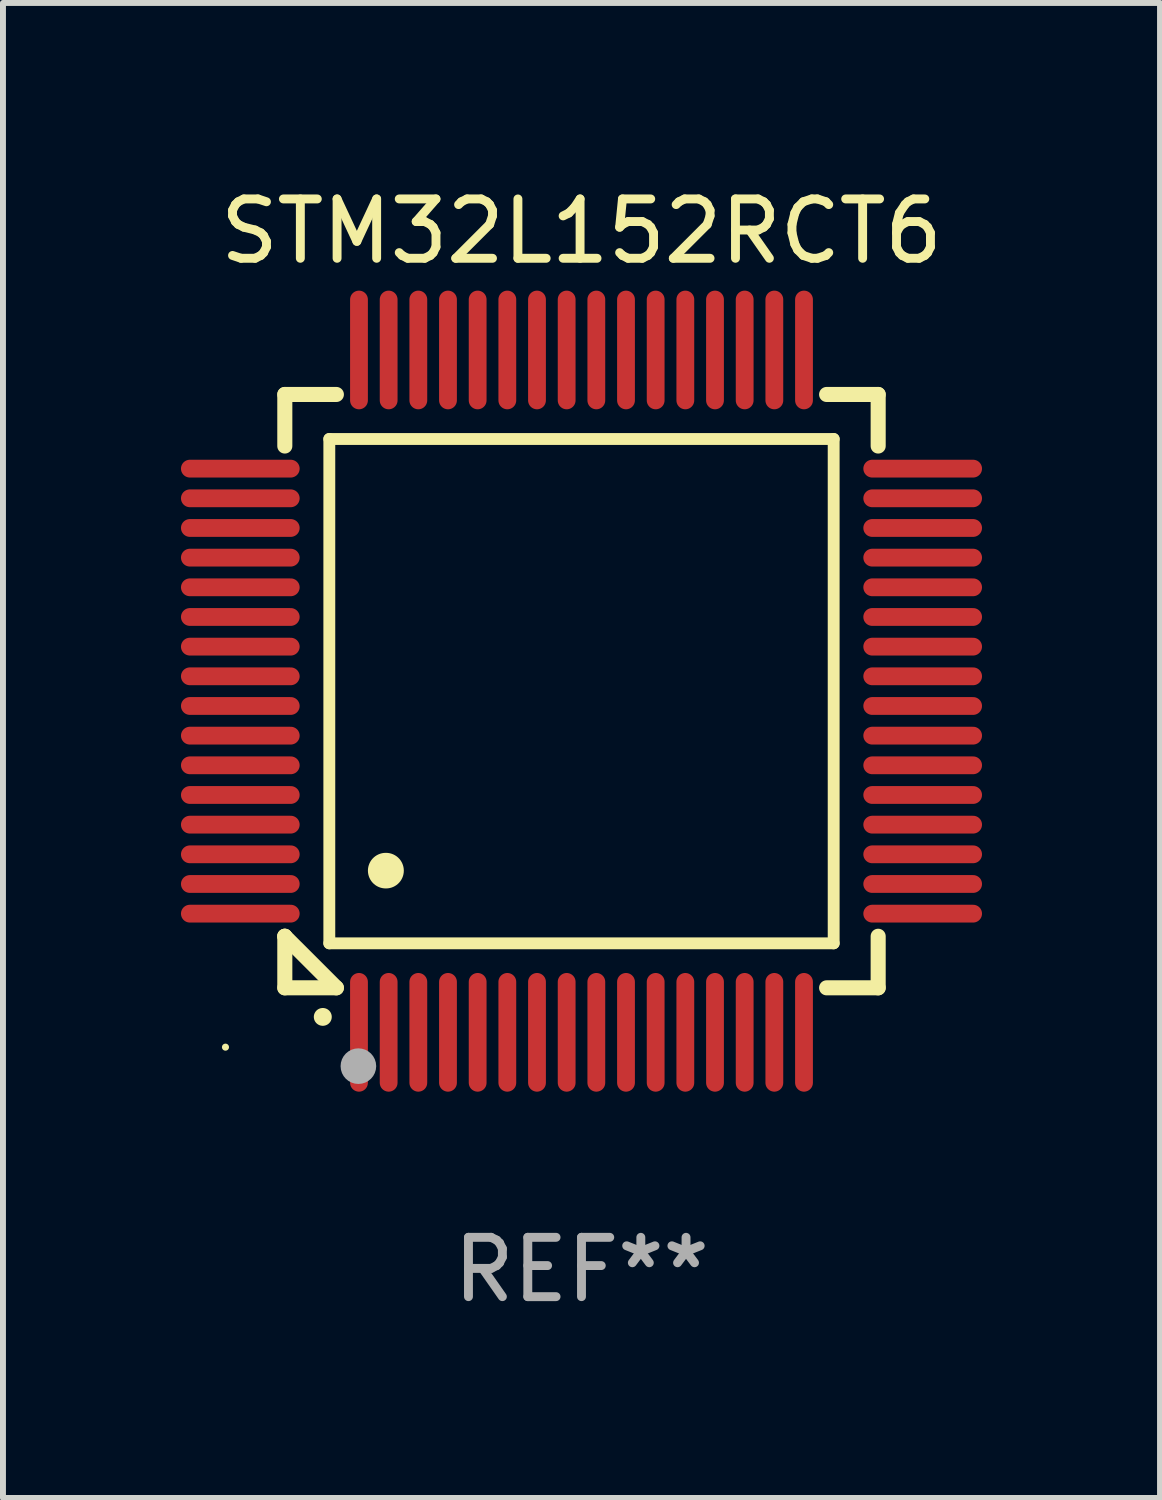
<source format=kicad_pcb>
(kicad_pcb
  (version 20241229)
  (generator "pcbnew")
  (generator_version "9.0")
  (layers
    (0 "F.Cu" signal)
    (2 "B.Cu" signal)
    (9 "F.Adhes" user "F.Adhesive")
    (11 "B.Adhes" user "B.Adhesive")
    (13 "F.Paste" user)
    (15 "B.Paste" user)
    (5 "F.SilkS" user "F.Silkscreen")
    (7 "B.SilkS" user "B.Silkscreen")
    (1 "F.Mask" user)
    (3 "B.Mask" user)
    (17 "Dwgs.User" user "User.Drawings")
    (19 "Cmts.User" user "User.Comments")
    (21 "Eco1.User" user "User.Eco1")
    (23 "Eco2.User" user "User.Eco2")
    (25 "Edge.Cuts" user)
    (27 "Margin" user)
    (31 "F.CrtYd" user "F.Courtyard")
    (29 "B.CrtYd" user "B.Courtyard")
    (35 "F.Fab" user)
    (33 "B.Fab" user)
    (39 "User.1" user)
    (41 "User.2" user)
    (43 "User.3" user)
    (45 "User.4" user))
  (footprint "STM32L152RCT6"
    (layer "F.Cu")
    (at 6.75 8.598)
    (property "Reference" "STM32L152RCT6" (at 0 -7.75 0) (layer "F.SilkS") (effects (font (size 1 1) (thickness 0.15))))
    (attr through_hole)
    (fp_line (start -5 -5) (end -4.131 -5) (stroke (width 0.254) (type solid)) (layer "F.SilkS"))
    (fp_line (start -5 -4.131) (end -5 -5) (stroke (width 0.254) (type solid)) (layer "F.SilkS"))
    (fp_line (start -5 4.131) (end -5 4.131) (stroke (width 0.254) (type solid)) (layer "F.SilkS"))
    (fp_line (start -5 5) (end -5 4.131) (stroke (width 0.254) (type solid)) (layer "F.SilkS"))
    (fp_line (start -5 4.131) (end -4.131 5) (stroke (width 0.254) (type solid)) (layer "F.SilkS"))
    (fp_line (start -4.25 -4.25) (end -4.25 4.25) (stroke (width 0.2) (type solid)) (layer "F.SilkS"))
    (fp_line (start -4.25 4.25) (end 4.25 4.25) (stroke (width 0.2) (type solid)) (layer "F.SilkS"))
    (fp_line (start -4.131 5) (end -5 5) (stroke (width 0.254) (type solid)) (layer "F.SilkS"))
    (fp_line (start 4.25 -4.25) (end -4.25 -4.25) (stroke (width 0.2) (type solid)) (layer "F.SilkS"))
    (fp_line (start 4.25 4.25) (end 4.25 -4.25) (stroke (width 0.2) (type solid)) (layer "F.SilkS"))
    (fp_line (start 5 -5) (end 4.131 -5) (stroke (width 0.254) (type solid)) (layer "F.SilkS"))
    (fp_line (start 5 -5) (end 5 -4.131) (stroke (width 0.254) (type solid)) (layer "F.SilkS"))
    (fp_line (start 5 4.131) (end 5 5) (stroke (width 0.254) (type solid)) (layer "F.SilkS"))
    (fp_line (start 5 5) (end 4.131 5) (stroke (width 0.254) (type solid)) (layer "F.SilkS"))
    (fp_arc (start -4.361265 5.489992) (mid -4.359995 5.489987) (end -4.358725 5.489992) (stroke (width 0.3) (type solid)) (layer "F.SilkS"))
    (fp_arc (start -3.299467 3.025146) (mid -3.296927 3.025135) (end -3.294387 3.025146) (stroke (width 0.6) (type solid)) (layer "F.SilkS"))
    (fp_circle (center -6 6) (end -5.97 6) (stroke (width 0.06) (type solid)) (fill no) (layer "F.SilkS"))
    (fp_circle (center -3.76 6.32) (end -3.61 6.32) (stroke (width 0.3) (type solid)) (fill no) (layer "F.Fab"))
    (fp_text user "REF**" (at 0 9.75 0) (layer "F.Fab") (effects (font (size 1 1) (thickness 0.15))))
    (pad "1" smd oval (at -3.75 5.75) (size 0.3 2) (layers "F.Cu" "F.Mask" "F.Paste"))
    (pad "2" smd oval (at -3.25 5.75) (size 0.3 2) (layers "F.Cu" "F.Mask" "F.Paste"))
    (pad "3" smd oval (at -2.75 5.75) (size 0.3 2) (layers "F.Cu" "F.Mask" "F.Paste"))
    (pad "4" smd oval (at -2.25 5.75) (size 0.3 2) (layers "F.Cu" "F.Mask" "F.Paste"))
    (pad "5" smd oval (at -1.75 5.75) (size 0.3 2) (layers "F.Cu" "F.Mask" "F.Paste"))
    (pad "6" smd oval (at -1.25 5.75) (size 0.3 2) (layers "F.Cu" "F.Mask" "F.Paste"))
    (pad "7" smd oval (at -0.75 5.75) (size 0.3 2) (layers "F.Cu" "F.Mask" "F.Paste"))
    (pad "8" smd oval (at -0.25 5.75) (size 0.3 2) (layers "F.Cu" "F.Mask" "F.Paste"))
    (pad "9" smd oval (at 0.25 5.75) (size 0.3 2) (layers "F.Cu" "F.Mask" "F.Paste"))
    (pad "10" smd oval (at 0.75 5.75) (size 0.3 2) (layers "F.Cu" "F.Mask" "F.Paste"))
    (pad "11" smd oval (at 1.25 5.75) (size 0.3 2) (layers "F.Cu" "F.Mask" "F.Paste"))
    (pad "12" smd oval (at 1.75 5.75) (size 0.3 2) (layers "F.Cu" "F.Mask" "F.Paste"))
    (pad "13" smd oval (at 2.25 5.75) (size 0.3 2) (layers "F.Cu" "F.Mask" "F.Paste"))
    (pad "14" smd oval (at 2.75 5.75) (size 0.3 2) (layers "F.Cu" "F.Mask" "F.Paste"))
    (pad "15" smd oval (at 3.25 5.75) (size 0.3 2) (layers "F.Cu" "F.Mask" "F.Paste"))
    (pad "16" smd oval (at 3.75 5.75) (size 0.3 2) (layers "F.Cu" "F.Mask" "F.Paste"))
    (pad "17" smd oval (at 5.75 3.75) (size 2 0.3) (layers "F.Cu" "F.Mask" "F.Paste"))
    (pad "18" smd oval (at 5.75 3.25) (size 2 0.3) (layers "F.Cu" "F.Mask" "F.Paste"))
    (pad "19" smd oval (at 5.75 2.75) (size 2 0.3) (layers "F.Cu" "F.Mask" "F.Paste"))
    (pad "20" smd oval (at 5.75 2.25) (size 2 0.3) (layers "F.Cu" "F.Mask" "F.Paste"))
    (pad "21" smd oval (at 5.75 1.75) (size 2 0.3) (layers "F.Cu" "F.Mask" "F.Paste"))
    (pad "22" smd oval (at 5.75 1.25) (size 2 0.3) (layers "F.Cu" "F.Mask" "F.Paste"))
    (pad "23" smd oval (at 5.75 0.75) (size 2 0.3) (layers "F.Cu" "F.Mask" "F.Paste"))
    (pad "24" smd oval (at 5.75 0.25) (size 2 0.3) (layers "F.Cu" "F.Mask" "F.Paste"))
    (pad "25" smd oval (at 5.75 -0.25) (size 2 0.3) (layers "F.Cu" "F.Mask" "F.Paste"))
    (pad "26" smd oval (at 5.75 -0.75) (size 2 0.3) (layers "F.Cu" "F.Mask" "F.Paste"))
    (pad "27" smd oval (at 5.75 -1.25) (size 2 0.3) (layers "F.Cu" "F.Mask" "F.Paste"))
    (pad "28" smd oval (at 5.75 -1.75) (size 2 0.3) (layers "F.Cu" "F.Mask" "F.Paste"))
    (pad "29" smd oval (at 5.75 -2.25) (size 2 0.3) (layers "F.Cu" "F.Mask" "F.Paste"))
    (pad "30" smd oval (at 5.75 -2.75) (size 2 0.3) (layers "F.Cu" "F.Mask" "F.Paste"))
    (pad "31" smd oval (at 5.75 -3.25) (size 2 0.3) (layers "F.Cu" "F.Mask" "F.Paste"))
    (pad "32" smd oval (at 5.75 -3.75) (size 2 0.3) (layers "F.Cu" "F.Mask" "F.Paste"))
    (pad "33" smd oval (at 3.75 -5.75) (size 0.3 2) (layers "F.Cu" "F.Mask" "F.Paste"))
    (pad "34" smd oval (at 3.25 -5.75) (size 0.3 2) (layers "F.Cu" "F.Mask" "F.Paste"))
    (pad "35" smd oval (at 2.75 -5.75) (size 0.3 2) (layers "F.Cu" "F.Mask" "F.Paste"))
    (pad "36" smd oval (at 2.25 -5.75) (size 0.3 2) (layers "F.Cu" "F.Mask" "F.Paste"))
    (pad "37" smd oval (at 1.75 -5.75) (size 0.3 2) (layers "F.Cu" "F.Mask" "F.Paste"))
    (pad "38" smd oval (at 1.25 -5.75) (size 0.3 2) (layers "F.Cu" "F.Mask" "F.Paste"))
    (pad "39" smd oval (at 0.75 -5.75) (size 0.3 2) (layers "F.Cu" "F.Mask" "F.Paste"))
    (pad "40" smd oval (at 0.25 -5.75) (size 0.3 2) (layers "F.Cu" "F.Mask" "F.Paste"))
    (pad "41" smd oval (at -0.25 -5.75) (size 0.3 2) (layers "F.Cu" "F.Mask" "F.Paste"))
    (pad "42" smd oval (at -0.75 -5.75) (size 0.3 2) (layers "F.Cu" "F.Mask" "F.Paste"))
    (pad "43" smd oval (at -1.25 -5.75) (size 0.3 2) (layers "F.Cu" "F.Mask" "F.Paste"))
    (pad "44" smd oval (at -1.75 -5.75) (size 0.3 2) (layers "F.Cu" "F.Mask" "F.Paste"))
    (pad "45" smd oval (at -2.25 -5.75) (size 0.3 2) (layers "F.Cu" "F.Mask" "F.Paste"))
    (pad "46" smd oval (at -2.75 -5.75) (size 0.3 2) (layers "F.Cu" "F.Mask" "F.Paste"))
    (pad "47" smd oval (at -3.25 -5.75) (size 0.3 2) (layers "F.Cu" "F.Mask" "F.Paste"))
    (pad "48" smd oval (at -3.75 -5.75) (size 0.3 2) (layers "F.Cu" "F.Mask" "F.Paste"))
    (pad "49" smd oval (at -5.75 -3.75) (size 2 0.3) (layers "F.Cu" "F.Mask" "F.Paste"))
    (pad "50" smd oval (at -5.75 -3.25) (size 2 0.3) (layers "F.Cu" "F.Mask" "F.Paste"))
    (pad "51" smd oval (at -5.75 -2.75) (size 2 0.3) (layers "F.Cu" "F.Mask" "F.Paste"))
    (pad "52" smd oval (at -5.75 -2.25) (size 2 0.3) (layers "F.Cu" "F.Mask" "F.Paste"))
    (pad "53" smd oval (at -5.75 -1.75) (size 2 0.3) (layers "F.Cu" "F.Mask" "F.Paste"))
    (pad "54" smd oval (at -5.75 -1.25) (size 2 0.3) (layers "F.Cu" "F.Mask" "F.Paste"))
    (pad "55" smd oval (at -5.75 -0.75) (size 2 0.3) (layers "F.Cu" "F.Mask" "F.Paste"))
    (pad "56" smd oval (at -5.75 -0.25) (size 2 0.3) (layers "F.Cu" "F.Mask" "F.Paste"))
    (pad "57" smd oval (at -5.75 0.25) (size 2 0.3) (layers "F.Cu" "F.Mask" "F.Paste"))
    (pad "58" smd oval (at -5.75 0.75) (size 2 0.3) (layers "F.Cu" "F.Mask" "F.Paste"))
    (pad "59" smd oval (at -5.75 1.25) (size 2 0.3) (layers "F.Cu" "F.Mask" "F.Paste"))
    (pad "60" smd oval (at -5.75 1.75) (size 2 0.3) (layers "F.Cu" "F.Mask" "F.Paste"))
    (pad "61" smd oval (at -5.75 2.25) (size 2 0.3) (layers "F.Cu" "F.Mask" "F.Paste"))
    (pad "62" smd oval (at -5.75 2.75) (size 2 0.3) (layers "F.Cu" "F.Mask" "F.Paste"))
    (pad "63" smd oval (at -5.75 3.25) (size 2 0.3) (layers "F.Cu" "F.Mask" "F.Paste"))
    (pad "64" smd oval (at -5.75 3.75) (size 2 0.3) (layers "F.Cu" "F.Mask" "F.Paste")))
  (gr_rect
    (start -3 -3)
    (end 16.5 22.196)
    (stroke (width 0.1) (type default))
    (fill no)
    (layer "Edge.Cuts")))
</source>
